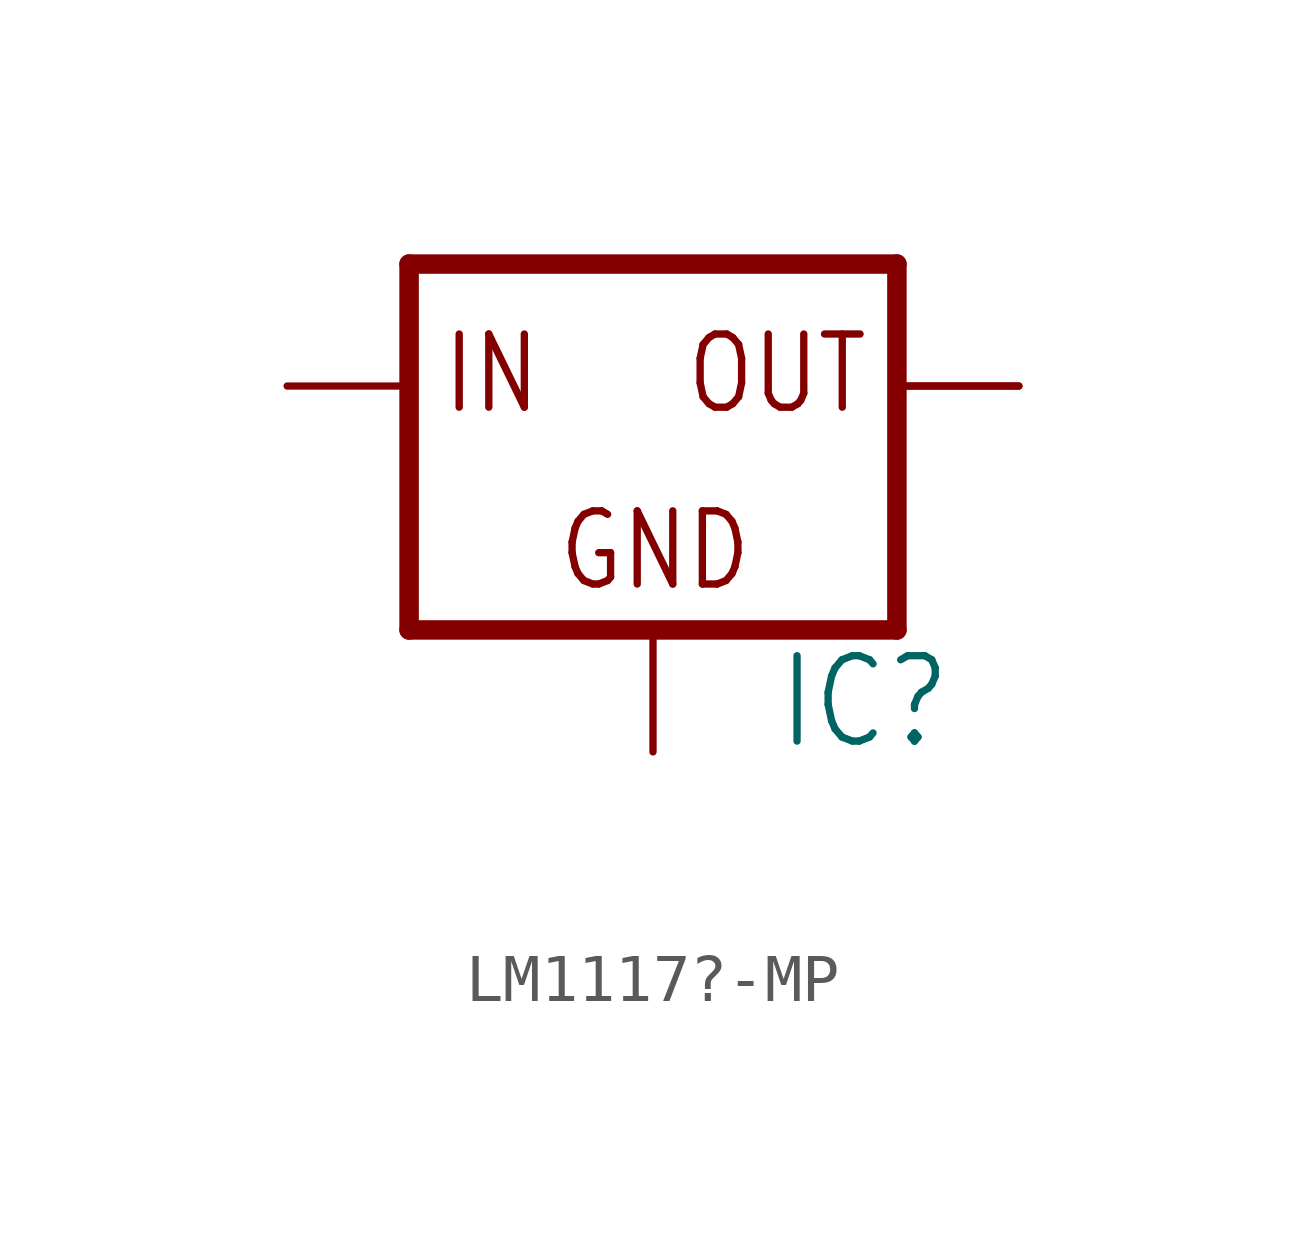
<source format=kicad_sym>
(kicad_symbol_lib
  (version 20231120)
  (generator "kicad_symbol_editor")
  (generator_version "8.0")
  (symbol "LM1117?-MP"
    (property "Reference" "IC"
      (at 2.54 -7.62 0)
      (effects (font (size 1.778 1.511)) (justify left bottom)))
    (property "Value" ""
      (at 2.54 -10.16 0)
      (effects (font (size 1.778 1.511)) (justify left bottom)))
    (property "ki_locked" ""
      (at 0 0 0)
      (effects (font (size 1.27 1.27))))
    (symbol "LM1117?-MP_1_0"
      (polyline (pts (xy -5.08 -5.08) (xy 5.08 -5.08)) (stroke (width 0.406) (type solid)) (fill (type none)))
      (polyline (pts (xy -5.08 2.54) (xy -5.08 -5.08)) (stroke (width 0.406) (type solid)) (fill (type none)))
      (polyline (pts (xy 5.08 -5.08) (xy 5.08 2.54)) (stroke (width 0.406) (type solid)) (fill (type none)))
      (polyline (pts (xy 5.08 2.54) (xy -5.08 2.54)) (stroke (width 0.406) (type solid)) (fill (type none)))
      (text "GND" (at -2.032 -4.318 0) (effects (font (size 1.524 1.295)) (justify left bottom)))
      (text "IN" (at -4.445 -0.635 0) (effects (font (size 1.524 1.295)) (justify left bottom)))
      (text "OUT" (at 0.635 -0.635 0) (effects (font (size 1.524 1.295)) (justify left bottom)))
      (pin input line (at 0 -7.62 90) (length 2.54) (name "GND" (effects (font (size 0 0)))) (number "1" (effects (font (size 0 0)))))
      (pin passive line (at 7.62 0 180) (length 2.54) (name "OUT" (effects (font (size 0 0)))) (number "2" (effects (font (size 0 0)))))
      (pin input line (at -7.62 0 0) (length 2.54) (name "IN" (effects (font (size 0 0)))) (number "3" (effects (font (size 0 0)))))
      (pin passive line (at 7.62 0 180) (length 2.54) (name "OUT" (effects (font (size 0 0)))) (number "4" (effects (font (size 0 0))))))))
</source>
